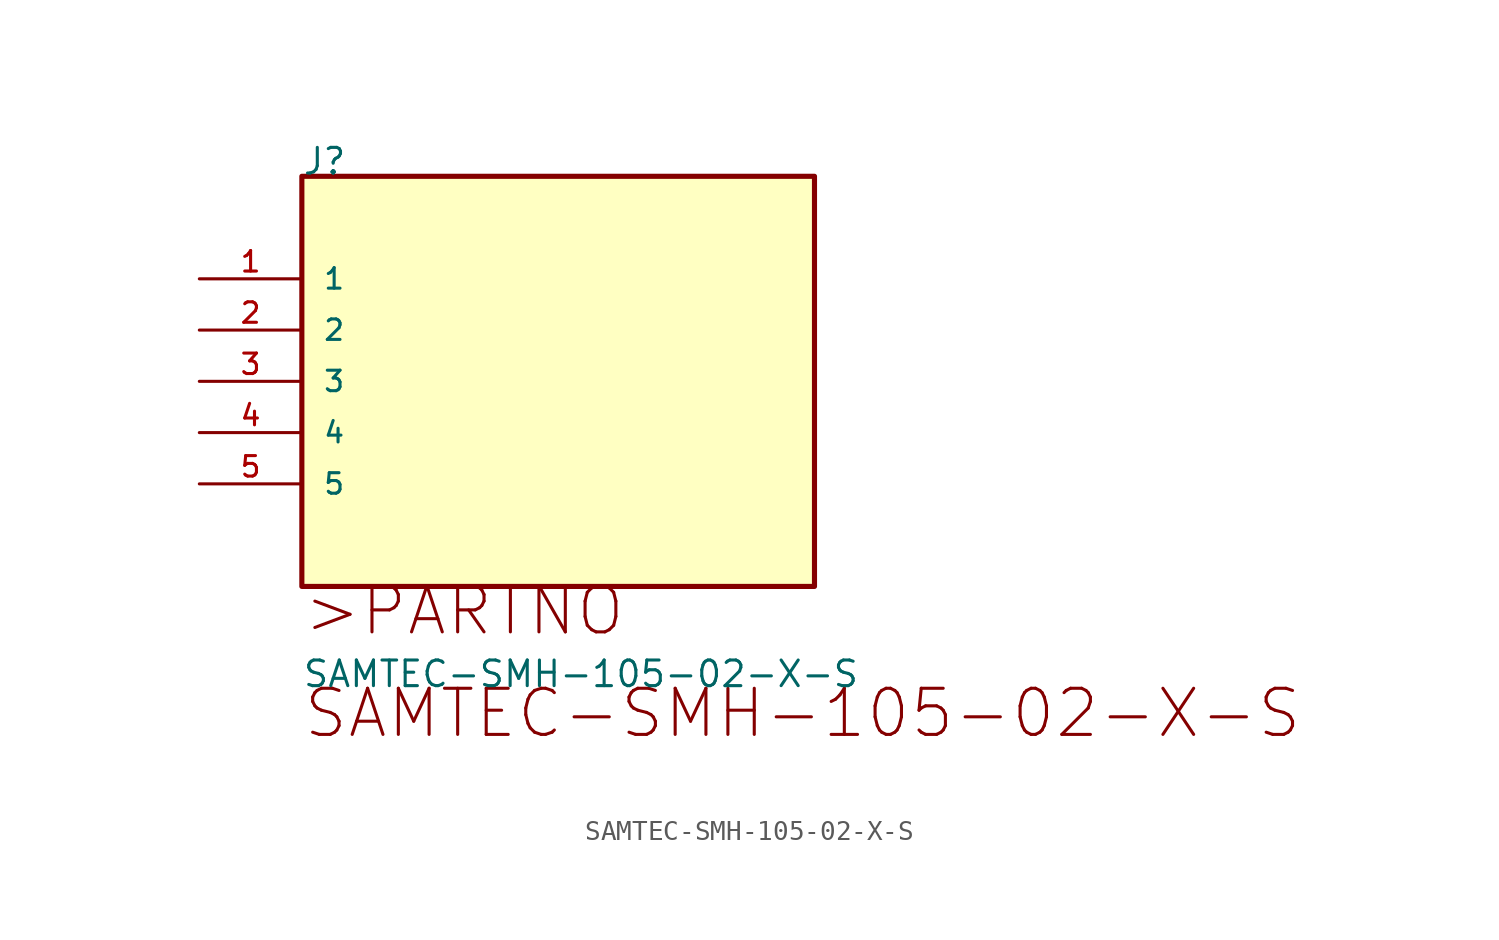
<source format=kicad_sym>
(kicad_symbol_lib
  (version 20211014)
  (generator kicad_symbol_editor)
  (symbol "SAMTEC-SMH-105-02-X-S"
    (pin_names
      (offset 1.016))
    (property "Reference" "J"
      (at 0.0 5.08 0)
      (effects (font (size 1.27 1.27)) (justify bottom left)))
    (property "Value" "SAMTEC-SMH-105-02-X-S"
      (at 0.0 -20.32 0)
      (effects (font (size 1.27 1.27)) (justify bottom left)))
    (symbol "SAMTEC-SMH-105-02-X-S_0_0"
      (text ">PARTNO" (at 0.0 -17.78 0) (effects (font (size 2.286 2.286)) (justify bottom left)))
      (text "SAMTEC-SMH-105-02-X-S" (at 0.0 -22.86 0) (effects (font (size 2.286 2.286)) (justify bottom left)))
      (rectangle (start -1.7763568394e-15 -15.24) (end 25.4 5.08) (stroke (width 0.254)) (fill (type background)))
      (pin bidirectional line (at -5.08 -0.0 0) (length 5.08) (name "1" (effects (font (size 1.016 1.016)))) (number "1" (effects (font (size 1.016 1.016)))))
      (pin bidirectional line (at -5.08 -2.54 0) (length 5.08) (name "2" (effects (font (size 1.016 1.016)))) (number "2" (effects (font (size 1.016 1.016)))))
      (pin bidirectional line (at -5.08 -5.08 0) (length 5.08) (name "3" (effects (font (size 1.016 1.016)))) (number "3" (effects (font (size 1.016 1.016)))))
      (pin bidirectional line (at -5.08 -7.62 0) (length 5.08) (name "4" (effects (font (size 1.016 1.016)))) (number "4" (effects (font (size 1.016 1.016)))))
      (pin bidirectional line (at -5.08 -10.16 0) (length 5.08) (name "5" (effects (font (size 1.016 1.016)))) (number "5" (effects (font (size 1.016 1.016))))))))
</source>
